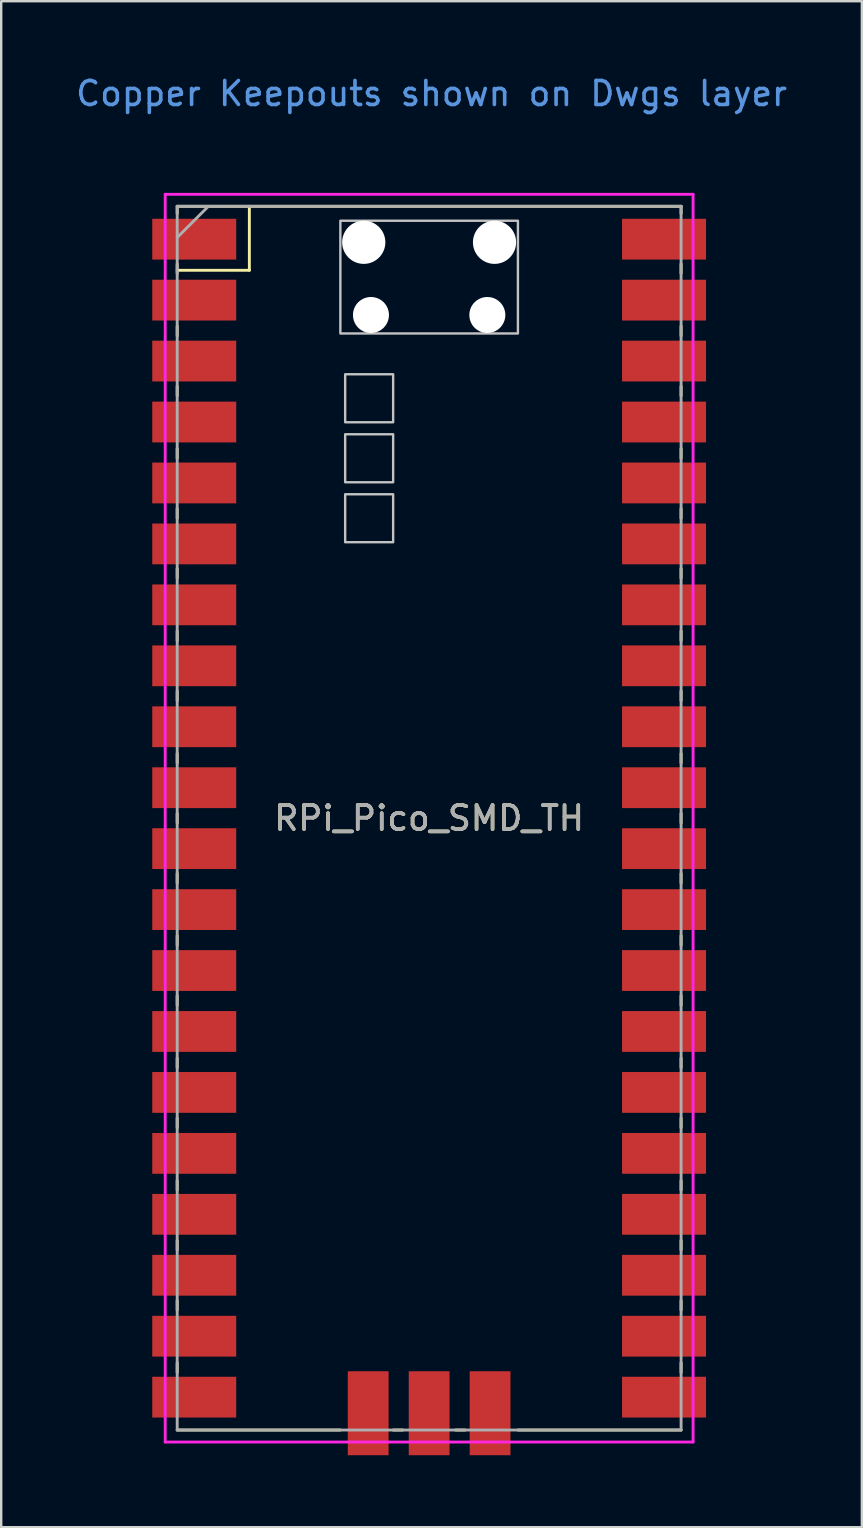
<source format=kicad_pcb>
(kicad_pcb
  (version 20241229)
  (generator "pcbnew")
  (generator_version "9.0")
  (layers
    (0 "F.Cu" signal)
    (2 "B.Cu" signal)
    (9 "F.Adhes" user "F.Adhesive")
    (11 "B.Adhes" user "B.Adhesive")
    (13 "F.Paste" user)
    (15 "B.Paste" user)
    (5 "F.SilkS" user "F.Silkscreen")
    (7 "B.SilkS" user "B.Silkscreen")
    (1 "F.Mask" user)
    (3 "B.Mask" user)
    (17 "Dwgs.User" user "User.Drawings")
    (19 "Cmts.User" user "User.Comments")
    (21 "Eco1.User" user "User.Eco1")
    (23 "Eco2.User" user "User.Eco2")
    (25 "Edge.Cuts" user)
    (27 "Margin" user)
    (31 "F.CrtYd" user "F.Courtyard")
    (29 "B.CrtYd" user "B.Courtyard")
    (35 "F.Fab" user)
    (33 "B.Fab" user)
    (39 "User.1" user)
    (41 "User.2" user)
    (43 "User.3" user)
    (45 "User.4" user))
  (footprint "RPi_Pico_SMD_TH"
    (layer "F.Cu")
    (at 14.835 31.048)
    (property "Reference" "RPi_Pico_SMD_TH" (at 0 0 0) (layer "F.SilkS") (effects (font (size 1 1) (thickness 0.15))))
    (attr through_hole)
    (fp_line (start -10.5 -25.5) (end -10.5 -25.2) (stroke (width 0.12) (type solid)) (layer "F.SilkS"))
    (fp_line (start -10.5 -25.5) (end 10.5 -25.5) (stroke (width 0.12) (type solid)) (layer "F.SilkS"))
    (fp_line (start -10.5 -23.1) (end -10.5 -22.7) (stroke (width 0.12) (type solid)) (layer "F.SilkS"))
    (fp_line (start -10.5 -22.833) (end -7.493 -22.833) (stroke (width 0.12) (type solid)) (layer "F.SilkS"))
    (fp_line (start -10.5 -20.5) (end -10.5 -20.1) (stroke (width 0.12) (type solid)) (layer "F.SilkS"))
    (fp_line (start -10.5 -18) (end -10.5 -17.6) (stroke (width 0.12) (type solid)) (layer "F.SilkS"))
    (fp_line (start -10.5 -15.4) (end -10.5 -15) (stroke (width 0.12) (type solid)) (layer "F.SilkS"))
    (fp_line (start -10.5 -12.9) (end -10.5 -12.5) (stroke (width 0.12) (type solid)) (layer "F.SilkS"))
    (fp_line (start -10.5 -10.4) (end -10.5 -10) (stroke (width 0.12) (type solid)) (layer "F.SilkS"))
    (fp_line (start -10.5 -7.8) (end -10.5 -7.4) (stroke (width 0.12) (type solid)) (layer "F.SilkS"))
    (fp_line (start -10.5 -5.3) (end -10.5 -4.9) (stroke (width 0.12) (type solid)) (layer "F.SilkS"))
    (fp_line (start -10.5 -2.7) (end -10.5 -2.3) (stroke (width 0.12) (type solid)) (layer "F.SilkS"))
    (fp_line (start -10.5 -0.2) (end -10.5 0.2) (stroke (width 0.12) (type solid)) (layer "F.SilkS"))
    (fp_line (start -10.5 2.3) (end -10.5 2.7) (stroke (width 0.12) (type solid)) (layer "F.SilkS"))
    (fp_line (start -10.5 4.9) (end -10.5 5.3) (stroke (width 0.12) (type solid)) (layer "F.SilkS"))
    (fp_line (start -10.5 7.4) (end -10.5 7.8) (stroke (width 0.12) (type solid)) (layer "F.SilkS"))
    (fp_line (start -10.5 10) (end -10.5 10.4) (stroke (width 0.12) (type solid)) (layer "F.SilkS"))
    (fp_line (start -10.5 12.5) (end -10.5 12.9) (stroke (width 0.12) (type solid)) (layer "F.SilkS"))
    (fp_line (start -10.5 15.1) (end -10.5 15.5) (stroke (width 0.12) (type solid)) (layer "F.SilkS"))
    (fp_line (start -10.5 17.6) (end -10.5 18) (stroke (width 0.12) (type solid)) (layer "F.SilkS"))
    (fp_line (start -10.5 20.1) (end -10.5 20.5) (stroke (width 0.12) (type solid)) (layer "F.SilkS"))
    (fp_line (start -10.5 22.7) (end -10.5 23.1) (stroke (width 0.12) (type solid)) (layer "F.SilkS"))
    (fp_line (start -7.493 -22.833) (end -7.493 -25.5) (stroke (width 0.12) (type solid)) (layer "F.SilkS"))
    (fp_line (start -3.7 25.5) (end -10.5 25.5) (stroke (width 0.12) (type solid)) (layer "F.SilkS"))
    (fp_line (start -1.5 25.5) (end -1.1 25.5) (stroke (width 0.12) (type solid)) (layer "F.SilkS"))
    (fp_line (start 1.1 25.5) (end 1.5 25.5) (stroke (width 0.12) (type solid)) (layer "F.SilkS"))
    (fp_line (start 10.5 -25.5) (end 10.5 -25.2) (stroke (width 0.12) (type solid)) (layer "F.SilkS"))
    (fp_line (start 10.5 -23.1) (end 10.5 -22.7) (stroke (width 0.12) (type solid)) (layer "F.SilkS"))
    (fp_line (start 10.5 -20.5) (end 10.5 -20.1) (stroke (width 0.12) (type solid)) (layer "F.SilkS"))
    (fp_line (start 10.5 -18) (end 10.5 -17.6) (stroke (width 0.12) (type solid)) (layer "F.SilkS"))
    (fp_line (start 10.5 -15.4) (end 10.5 -15) (stroke (width 0.12) (type solid)) (layer "F.SilkS"))
    (fp_line (start 10.5 -12.9) (end 10.5 -12.5) (stroke (width 0.12) (type solid)) (layer "F.SilkS"))
    (fp_line (start 10.5 -10.4) (end 10.5 -10) (stroke (width 0.12) (type solid)) (layer "F.SilkS"))
    (fp_line (start 10.5 -7.8) (end 10.5 -7.4) (stroke (width 0.12) (type solid)) (layer "F.SilkS"))
    (fp_line (start 10.5 -5.3) (end 10.5 -4.9) (stroke (width 0.12) (type solid)) (layer "F.SilkS"))
    (fp_line (start 10.5 -2.7) (end 10.5 -2.3) (stroke (width 0.12) (type solid)) (layer "F.SilkS"))
    (fp_line (start 10.5 -0.2) (end 10.5 0.2) (stroke (width 0.12) (type solid)) (layer "F.SilkS"))
    (fp_line (start 10.5 2.3) (end 10.5 2.7) (stroke (width 0.12) (type solid)) (layer "F.SilkS"))
    (fp_line (start 10.5 4.9) (end 10.5 5.3) (stroke (width 0.12) (type solid)) (layer "F.SilkS"))
    (fp_line (start 10.5 7.4) (end 10.5 7.8) (stroke (width 0.12) (type solid)) (layer "F.SilkS"))
    (fp_line (start 10.5 10) (end 10.5 10.4) (stroke (width 0.12) (type solid)) (layer "F.SilkS"))
    (fp_line (start 10.5 12.5) (end 10.5 12.9) (stroke (width 0.12) (type solid)) (layer "F.SilkS"))
    (fp_line (start 10.5 15.1) (end 10.5 15.5) (stroke (width 0.12) (type solid)) (layer "F.SilkS"))
    (fp_line (start 10.5 17.6) (end 10.5 18) (stroke (width 0.12) (type solid)) (layer "F.SilkS"))
    (fp_line (start 10.5 20.1) (end 10.5 20.5) (stroke (width 0.12) (type solid)) (layer "F.SilkS"))
    (fp_line (start 10.5 22.7) (end 10.5 23.1) (stroke (width 0.12) (type solid)) (layer "F.SilkS"))
    (fp_line (start 10.5 25.5) (end 3.7 25.5) (stroke (width 0.12) (type solid)) (layer "F.SilkS"))
    (fp_poly (pts (xy -1.5 -16.5) (xy -3.5 -16.5) (xy -3.5 -18.5) (xy -1.5 -18.5)) (stroke (width 0.1) (type solid)) (fill no) (layer "Dwgs.User"))
    (fp_poly (pts (xy -1.5 -14) (xy -3.5 -14) (xy -3.5 -16) (xy -1.5 -16)) (stroke (width 0.1) (type solid)) (fill no) (layer "Dwgs.User"))
    (fp_poly (pts (xy -1.5 -11.5) (xy -3.5 -11.5) (xy -3.5 -13.5) (xy -1.5 -13.5)) (stroke (width 0.1) (type solid)) (fill no) (layer "Dwgs.User"))
    (fp_poly (pts (xy 3.7 -20.2) (xy -3.7 -20.2) (xy -3.7 -24.9) (xy 3.7 -24.9)) (stroke (width 0.1) (type solid)) (fill no) (layer "Dwgs.User"))
    (fp_line (start -11 -26) (end 11 -26) (stroke (width 0.12) (type solid)) (layer "F.CrtYd"))
    (fp_line (start -11 26) (end -11 -26) (stroke (width 0.12) (type solid)) (layer "F.CrtYd"))
    (fp_line (start 11 -26) (end 11 26) (stroke (width 0.12) (type solid)) (layer "F.CrtYd"))
    (fp_line (start 11 26) (end -11 26) (stroke (width 0.12) (type solid)) (layer "F.CrtYd"))
    (fp_line (start -10.5 -25.5) (end 10.5 -25.5) (stroke (width 0.12) (type solid)) (layer "F.Fab"))
    (fp_line (start -10.5 -24.2) (end -9.2 -25.5) (stroke (width 0.12) (type solid)) (layer "F.Fab"))
    (fp_line (start -10.5 25.5) (end -10.5 -25.5) (stroke (width 0.12) (type solid)) (layer "F.Fab"))
    (fp_line (start 10.5 -25.5) (end 10.5 25.5) (stroke (width 0.12) (type solid)) (layer "F.Fab"))
    (fp_line (start 10.5 25.5) (end -10.5 25.5) (stroke (width 0.12) (type solid)) (layer "F.Fab"))
    (fp_text user "Copper Keepouts shown on Dwgs layer" (at 0.1 -30.2 0) (layer "Cmts.User") (effects (font (size 1 1) (thickness 0.15))))
    (fp_text user "${REFERENCE}" (at 0 0 180) (layer "F.Fab") (effects (font (size 1 1) (thickness 0.15))))
    (pad "" np_thru_hole oval (at -2.725 -24) (size 1.8 1.8) (drill 1.8) (layers "*.Cu" "*.Mask"))
    (pad "" np_thru_hole oval (at -2.425 -20.97) (size 1.5 1.5) (drill 1.5) (layers "*.Cu" "*.Mask"))
    (pad "" np_thru_hole oval (at 2.425 -20.97) (size 1.5 1.5) (drill 1.5) (layers "*.Cu" "*.Mask"))
    (pad "" np_thru_hole oval (at 2.725 -24) (size 1.8 1.8) (drill 1.8) (layers "*.Cu" "*.Mask"))
    (pad "1" smd rect (at -8.89 -24.13) (size 3.5 1.7) (drill (offset -0.9 0)) (layers "F.Cu" "F.Mask"))
    (pad "2" smd rect (at -8.89 -21.59) (size 3.5 1.7) (drill (offset -0.9 0)) (layers "F.Cu" "F.Mask"))
    (pad "3" smd rect (at -8.89 -19.05) (size 3.5 1.7) (drill (offset -0.9 0)) (layers "F.Cu" "F.Mask"))
    (pad "4" smd rect (at -8.89 -16.51) (size 3.5 1.7) (drill (offset -0.9 0)) (layers "F.Cu" "F.Mask"))
    (pad "5" smd rect (at -8.89 -13.97) (size 3.5 1.7) (drill (offset -0.9 0)) (layers "F.Cu" "F.Mask"))
    (pad "6" smd rect (at -8.89 -11.43) (size 3.5 1.7) (drill (offset -0.9 0)) (layers "F.Cu" "F.Mask"))
    (pad "7" smd rect (at -8.89 -8.89) (size 3.5 1.7) (drill (offset -0.9 0)) (layers "F.Cu" "F.Mask"))
    (pad "8" smd rect (at -8.89 -6.35) (size 3.5 1.7) (drill (offset -0.9 0)) (layers "F.Cu" "F.Mask"))
    (pad "9" smd rect (at -8.89 -3.81) (size 3.5 1.7) (drill (offset -0.9 0)) (layers "F.Cu" "F.Mask"))
    (pad "10" smd rect (at -8.89 -1.27) (size 3.5 1.7) (drill (offset -0.9 0)) (layers "F.Cu" "F.Mask"))
    (pad "11" smd rect (at -8.89 1.27) (size 3.5 1.7) (drill (offset -0.9 0)) (layers "F.Cu" "F.Mask"))
    (pad "12" smd rect (at -8.89 3.81) (size 3.5 1.7) (drill (offset -0.9 0)) (layers "F.Cu" "F.Mask"))
    (pad "13" smd rect (at -8.89 6.35) (size 3.5 1.7) (drill (offset -0.9 0)) (layers "F.Cu" "F.Mask"))
    (pad "14" smd rect (at -8.89 8.89) (size 3.5 1.7) (drill (offset -0.9 0)) (layers "F.Cu" "F.Mask"))
    (pad "15" smd rect (at -8.89 11.43) (size 3.5 1.7) (drill (offset -0.9 0)) (layers "F.Cu" "F.Mask"))
    (pad "16" smd rect (at -8.89 13.97) (size 3.5 1.7) (drill (offset -0.9 0)) (layers "F.Cu" "F.Mask"))
    (pad "17" smd rect (at -8.89 16.51) (size 3.5 1.7) (drill (offset -0.9 0)) (layers "F.Cu" "F.Mask"))
    (pad "18" smd rect (at -8.89 19.05) (size 3.5 1.7) (drill (offset -0.9 0)) (layers "F.Cu" "F.Mask"))
    (pad "19" smd rect (at -8.89 21.59) (size 3.5 1.7) (drill (offset -0.9 0)) (layers "F.Cu" "F.Mask"))
    (pad "20" smd rect (at -8.89 24.13) (size 3.5 1.7) (drill (offset -0.9 0)) (layers "F.Cu" "F.Mask"))
    (pad "21" smd rect (at 8.89 24.13) (size 3.5 1.7) (drill (offset 0.9 0)) (layers "F.Cu" "F.Mask"))
    (pad "22" smd rect (at 8.89 21.59) (size 3.5 1.7) (drill (offset 0.9 0)) (layers "F.Cu" "F.Mask"))
    (pad "23" smd rect (at 8.89 19.05) (size 3.5 1.7) (drill (offset 0.9 0)) (layers "F.Cu" "F.Mask"))
    (pad "24" smd rect (at 8.89 16.51) (size 3.5 1.7) (drill (offset 0.9 0)) (layers "F.Cu" "F.Mask"))
    (pad "25" smd rect (at 8.89 13.97) (size 3.5 1.7) (drill (offset 0.9 0)) (layers "F.Cu" "F.Mask"))
    (pad "26" smd rect (at 8.89 11.43) (size 3.5 1.7) (drill (offset 0.9 0)) (layers "F.Cu" "F.Mask"))
    (pad "27" smd rect (at 8.89 8.89) (size 3.5 1.7) (drill (offset 0.9 0)) (layers "F.Cu" "F.Mask"))
    (pad "28" smd rect (at 8.89 6.35) (size 3.5 1.7) (drill (offset 0.9 0)) (layers "F.Cu" "F.Mask"))
    (pad "29" smd rect (at 8.89 3.81) (size 3.5 1.7) (drill (offset 0.9 0)) (layers "F.Cu" "F.Mask"))
    (pad "30" smd rect (at 8.89 1.27) (size 3.5 1.7) (drill (offset 0.9 0)) (layers "F.Cu" "F.Mask"))
    (pad "31" smd rect (at 8.89 -1.27) (size 3.5 1.7) (drill (offset 0.9 0)) (layers "F.Cu" "F.Mask"))
    (pad "32" smd rect (at 8.89 -3.81) (size 3.5 1.7) (drill (offset 0.9 0)) (layers "F.Cu" "F.Mask"))
    (pad "33" smd rect (at 8.89 -6.35) (size 3.5 1.7) (drill (offset 0.9 0)) (layers "F.Cu" "F.Mask"))
    (pad "34" smd rect (at 8.89 -8.89) (size 3.5 1.7) (drill (offset 0.9 0)) (layers "F.Cu" "F.Mask"))
    (pad "35" smd rect (at 8.89 -11.43) (size 3.5 1.7) (drill (offset 0.9 0)) (layers "F.Cu" "F.Mask"))
    (pad "36" smd rect (at 8.89 -13.97) (size 3.5 1.7) (drill (offset 0.9 0)) (layers "F.Cu" "F.Mask"))
    (pad "37" smd rect (at 8.89 -16.51) (size 3.5 1.7) (drill (offset 0.9 0)) (layers "F.Cu" "F.Mask"))
    (pad "38" smd rect (at 8.89 -19.05) (size 3.5 1.7) (drill (offset 0.9 0)) (layers "F.Cu" "F.Mask"))
    (pad "39" smd rect (at 8.89 -21.59) (size 3.5 1.7) (drill (offset 0.9 0)) (layers "F.Cu" "F.Mask"))
    (pad "40" smd rect (at 8.89 -24.13) (size 3.5 1.7) (drill (offset 0.9 0)) (layers "F.Cu" "F.Mask"))
    (pad "41" smd rect (at -2.54 23.9 90) (size 3.5 1.7) (drill (offset -0.9 0)) (layers "F.Cu" "F.Mask"))
    (pad "42" smd rect (at 0 23.9 90) (size 3.5 1.7) (drill (offset -0.9 0)) (layers "F.Cu" "F.Mask"))
    (pad "43" smd rect (at 2.54 23.9 90) (size 3.5 1.7) (drill (offset -0.9 0)) (layers "F.Cu" "F.Mask")))
  (gr_rect
    (start -3 -3)
    (end 32.869 60.598)
    (stroke (width 0.1) (type default))
    (fill no)
    (layer "Edge.Cuts")))
</source>
